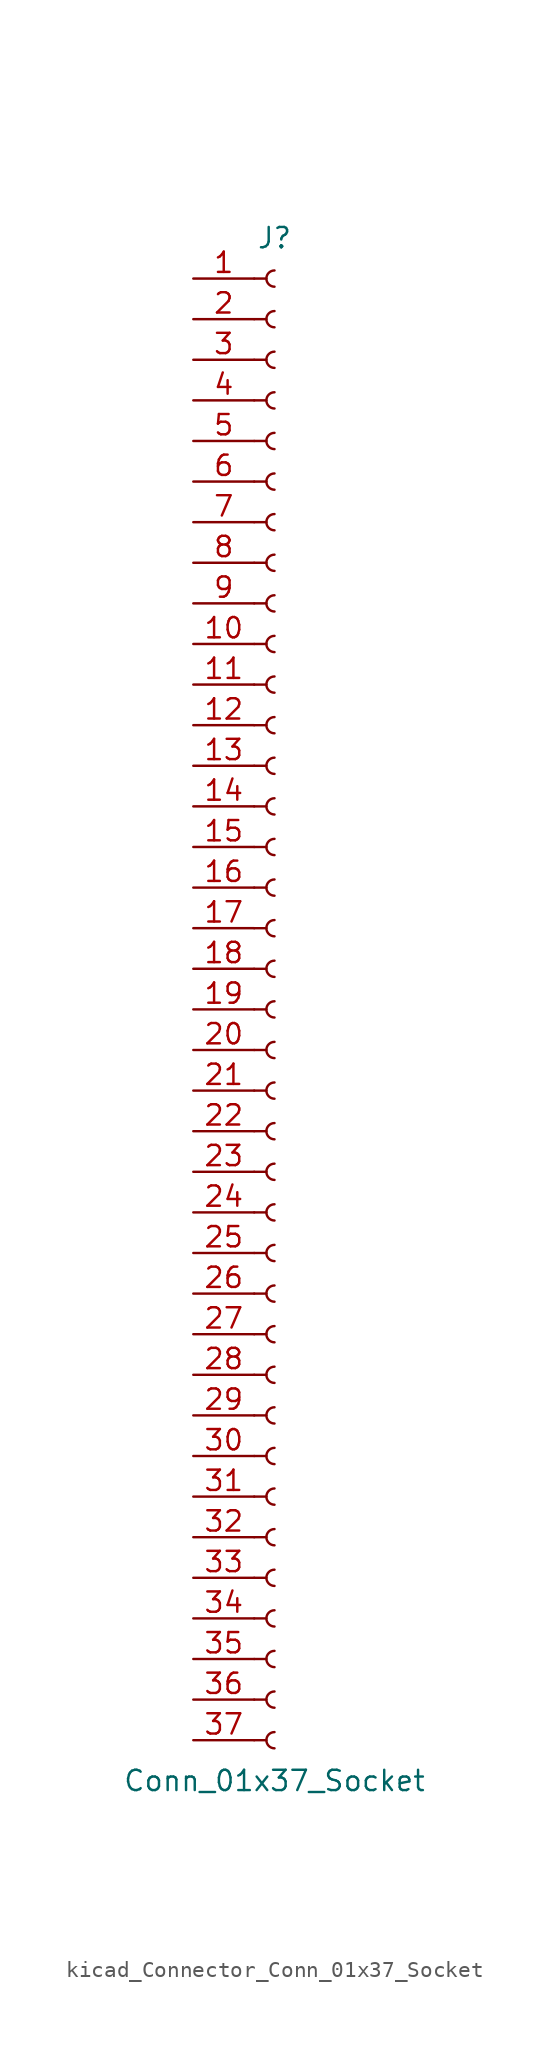
<source format=kicad_sym>
(kicad_symbol_lib
  (version 20220914)
  (generator kicad_symbol_editor)
  (symbol "kicad_Connector_Conn_01x37_Socket"
    (pin_names
      (offset 1.016) hide)
    (property "Reference" "J"
      (at 0 48.26 0)
      (effects (font (size 1.27 1.27))))
    (property "Value" "Conn_01x37_Socket"
      (at 0 -48.26 0)
      (effects (font (size 1.27 1.27))))
    (property "ki_locked" ""
      (at 0 0 0)
      (effects (font (size 1.27 1.27))))
    (symbol "kicad_Connector_Conn_01x37_Socket_1_1"
      (arc (start 0 -45.212) (mid -0.5058 -45.72) (end 0 -46.228) (stroke (width 0.1524) (type default)) (fill (type none)))
      (arc (start 0 -42.672) (mid -0.5058 -43.18) (end 0 -43.688) (stroke (width 0.1524) (type default)) (fill (type none)))
      (arc (start 0 -40.132) (mid -0.5058 -40.64) (end 0 -41.148) (stroke (width 0.1524) (type default)) (fill (type none)))
      (arc (start 0 -37.592) (mid -0.5058 -38.1) (end 0 -38.608) (stroke (width 0.1524) (type default)) (fill (type none)))
      (arc (start 0 -35.052) (mid -0.5058 -35.56) (end 0 -36.068) (stroke (width 0.1524) (type default)) (fill (type none)))
      (arc (start 0 -32.512) (mid -0.5058 -33.02) (end 0 -33.528) (stroke (width 0.1524) (type default)) (fill (type none)))
      (arc (start 0 -29.972) (mid -0.5058 -30.48) (end 0 -30.988) (stroke (width 0.1524) (type default)) (fill (type none)))
      (arc (start 0 -27.432) (mid -0.5058 -27.94) (end 0 -28.448) (stroke (width 0.1524) (type default)) (fill (type none)))
      (arc (start 0 -24.892) (mid -0.5058 -25.4) (end 0 -25.908) (stroke (width 0.1524) (type default)) (fill (type none)))
      (arc (start 0 -22.352) (mid -0.5058 -22.86) (end 0 -23.368) (stroke (width 0.1524) (type default)) (fill (type none)))
      (arc (start 0 -19.812) (mid -0.5058 -20.32) (end 0 -20.828) (stroke (width 0.1524) (type default)) (fill (type none)))
      (arc (start 0 -17.272) (mid -0.5058 -17.78) (end 0 -18.288) (stroke (width 0.1524) (type default)) (fill (type none)))
      (arc (start 0 -14.732) (mid -0.5058 -15.24) (end 0 -15.748) (stroke (width 0.1524) (type default)) (fill (type none)))
      (arc (start 0 -12.192) (mid -0.5058 -12.7) (end 0 -13.208) (stroke (width 0.1524) (type default)) (fill (type none)))
      (arc (start 0 -9.652) (mid -0.5058 -10.16) (end 0 -10.668) (stroke (width 0.1524) (type default)) (fill (type none)))
      (arc (start 0 -7.112) (mid -0.5058 -7.62) (end 0 -8.128) (stroke (width 0.1524) (type default)) (fill (type none)))
      (arc (start 0 -4.572) (mid -0.5058 -5.08) (end 0 -5.588) (stroke (width 0.1524) (type default)) (fill (type none)))
      (arc (start 0 -2.032) (mid -0.5058 -2.54) (end 0 -3.048) (stroke (width 0.1524) (type default)) (fill (type none)))
      (polyline (pts (xy -1.27 -45.72) (xy -0.508 -45.72)) (stroke (width 0.152) (type default)) (fill (type none)))
      (polyline (pts (xy -1.27 -43.18) (xy -0.508 -43.18)) (stroke (width 0.152) (type default)) (fill (type none)))
      (polyline (pts (xy -1.27 -40.64) (xy -0.508 -40.64)) (stroke (width 0.152) (type default)) (fill (type none)))
      (polyline (pts (xy -1.27 -38.1) (xy -0.508 -38.1)) (stroke (width 0.152) (type default)) (fill (type none)))
      (polyline (pts (xy -1.27 -35.56) (xy -0.508 -35.56)) (stroke (width 0.152) (type default)) (fill (type none)))
      (polyline (pts (xy -1.27 -33.02) (xy -0.508 -33.02)) (stroke (width 0.152) (type default)) (fill (type none)))
      (polyline (pts (xy -1.27 -30.48) (xy -0.508 -30.48)) (stroke (width 0.152) (type default)) (fill (type none)))
      (polyline (pts (xy -1.27 -27.94) (xy -0.508 -27.94)) (stroke (width 0.152) (type default)) (fill (type none)))
      (polyline (pts (xy -1.27 -25.4) (xy -0.508 -25.4)) (stroke (width 0.152) (type default)) (fill (type none)))
      (polyline (pts (xy -1.27 -22.86) (xy -0.508 -22.86)) (stroke (width 0.152) (type default)) (fill (type none)))
      (polyline (pts (xy -1.27 -20.32) (xy -0.508 -20.32)) (stroke (width 0.152) (type default)) (fill (type none)))
      (polyline (pts (xy -1.27 -17.78) (xy -0.508 -17.78)) (stroke (width 0.152) (type default)) (fill (type none)))
      (polyline (pts (xy -1.27 -15.24) (xy -0.508 -15.24)) (stroke (width 0.152) (type default)) (fill (type none)))
      (polyline (pts (xy -1.27 -12.7) (xy -0.508 -12.7)) (stroke (width 0.152) (type default)) (fill (type none)))
      (polyline (pts (xy -1.27 -10.16) (xy -0.508 -10.16)) (stroke (width 0.152) (type default)) (fill (type none)))
      (polyline (pts (xy -1.27 -7.62) (xy -0.508 -7.62)) (stroke (width 0.152) (type default)) (fill (type none)))
      (polyline (pts (xy -1.27 -5.08) (xy -0.508 -5.08)) (stroke (width 0.152) (type default)) (fill (type none)))
      (polyline (pts (xy -1.27 -2.54) (xy -0.508 -2.54)) (stroke (width 0.152) (type default)) (fill (type none)))
      (polyline (pts (xy -1.27 0) (xy -0.508 0)) (stroke (width 0.152) (type default)) (fill (type none)))
      (polyline (pts (xy -1.27 2.54) (xy -0.508 2.54)) (stroke (width 0.152) (type default)) (fill (type none)))
      (polyline (pts (xy -1.27 5.08) (xy -0.508 5.08)) (stroke (width 0.152) (type default)) (fill (type none)))
      (polyline (pts (xy -1.27 7.62) (xy -0.508 7.62)) (stroke (width 0.152) (type default)) (fill (type none)))
      (polyline (pts (xy -1.27 10.16) (xy -0.508 10.16)) (stroke (width 0.152) (type default)) (fill (type none)))
      (polyline (pts (xy -1.27 12.7) (xy -0.508 12.7)) (stroke (width 0.152) (type default)) (fill (type none)))
      (polyline (pts (xy -1.27 15.24) (xy -0.508 15.24)) (stroke (width 0.152) (type default)) (fill (type none)))
      (polyline (pts (xy -1.27 17.78) (xy -0.508 17.78)) (stroke (width 0.152) (type default)) (fill (type none)))
      (polyline (pts (xy -1.27 20.32) (xy -0.508 20.32)) (stroke (width 0.152) (type default)) (fill (type none)))
      (polyline (pts (xy -1.27 22.86) (xy -0.508 22.86)) (stroke (width 0.152) (type default)) (fill (type none)))
      (polyline (pts (xy -1.27 25.4) (xy -0.508 25.4)) (stroke (width 0.152) (type default)) (fill (type none)))
      (polyline (pts (xy -1.27 27.94) (xy -0.508 27.94)) (stroke (width 0.152) (type default)) (fill (type none)))
      (polyline (pts (xy -1.27 30.48) (xy -0.508 30.48)) (stroke (width 0.152) (type default)) (fill (type none)))
      (polyline (pts (xy -1.27 33.02) (xy -0.508 33.02)) (stroke (width 0.152) (type default)) (fill (type none)))
      (polyline (pts (xy -1.27 35.56) (xy -0.508 35.56)) (stroke (width 0.152) (type default)) (fill (type none)))
      (polyline (pts (xy -1.27 38.1) (xy -0.508 38.1)) (stroke (width 0.152) (type default)) (fill (type none)))
      (polyline (pts (xy -1.27 40.64) (xy -0.508 40.64)) (stroke (width 0.152) (type default)) (fill (type none)))
      (polyline (pts (xy -1.27 43.18) (xy -0.508 43.18)) (stroke (width 0.152) (type default)) (fill (type none)))
      (polyline (pts (xy -1.27 45.72) (xy -0.508 45.72)) (stroke (width 0.152) (type default)) (fill (type none)))
      (arc (start 0 0.508) (mid -0.5058 0) (end 0 -0.508) (stroke (width 0.1524) (type default)) (fill (type none)))
      (arc (start 0 3.048) (mid -0.5058 2.54) (end 0 2.032) (stroke (width 0.1524) (type default)) (fill (type none)))
      (arc (start 0 5.588) (mid -0.5058 5.08) (end 0 4.572) (stroke (width 0.1524) (type default)) (fill (type none)))
      (arc (start 0 8.128) (mid -0.5058 7.62) (end 0 7.112) (stroke (width 0.1524) (type default)) (fill (type none)))
      (arc (start 0 10.668) (mid -0.5058 10.16) (end 0 9.652) (stroke (width 0.1524) (type default)) (fill (type none)))
      (arc (start 0 13.208) (mid -0.5058 12.7) (end 0 12.192) (stroke (width 0.1524) (type default)) (fill (type none)))
      (arc (start 0 15.748) (mid -0.5058 15.24) (end 0 14.732) (stroke (width 0.1524) (type default)) (fill (type none)))
      (arc (start 0 18.288) (mid -0.5058 17.78) (end 0 17.272) (stroke (width 0.1524) (type default)) (fill (type none)))
      (arc (start 0 20.828) (mid -0.5058 20.32) (end 0 19.812) (stroke (width 0.1524) (type default)) (fill (type none)))
      (arc (start 0 23.368) (mid -0.5058 22.86) (end 0 22.352) (stroke (width 0.1524) (type default)) (fill (type none)))
      (arc (start 0 25.908) (mid -0.5058 25.4) (end 0 24.892) (stroke (width 0.1524) (type default)) (fill (type none)))
      (arc (start 0 28.448) (mid -0.5058 27.94) (end 0 27.432) (stroke (width 0.1524) (type default)) (fill (type none)))
      (arc (start 0 30.988) (mid -0.5058 30.48) (end 0 29.972) (stroke (width 0.1524) (type default)) (fill (type none)))
      (arc (start 0 33.528) (mid -0.5058 33.02) (end 0 32.512) (stroke (width 0.1524) (type default)) (fill (type none)))
      (arc (start 0 36.068) (mid -0.5058 35.56) (end 0 35.052) (stroke (width 0.1524) (type default)) (fill (type none)))
      (arc (start 0 38.608) (mid -0.5058 38.1) (end 0 37.592) (stroke (width 0.1524) (type default)) (fill (type none)))
      (arc (start 0 41.148) (mid -0.5058 40.64) (end 0 40.132) (stroke (width 0.1524) (type default)) (fill (type none)))
      (arc (start 0 43.688) (mid -0.5058 43.18) (end 0 42.672) (stroke (width 0.1524) (type default)) (fill (type none)))
      (arc (start 0 46.228) (mid -0.5058 45.72) (end 0 45.212) (stroke (width 0.1524) (type default)) (fill (type none)))
      (pin passive line (at -5.08 45.72 0) (length 3.81) (name "Pin_1" (effects (font (size 1.27 1.27)))) (number "1" (effects (font (size 1.27 1.27)))))
      (pin passive line (at -5.08 22.86 0) (length 3.81) (name "Pin_10" (effects (font (size 1.27 1.27)))) (number "10" (effects (font (size 1.27 1.27)))))
      (pin passive line (at -5.08 20.32 0) (length 3.81) (name "Pin_11" (effects (font (size 1.27 1.27)))) (number "11" (effects (font (size 1.27 1.27)))))
      (pin passive line (at -5.08 17.78 0) (length 3.81) (name "Pin_12" (effects (font (size 1.27 1.27)))) (number "12" (effects (font (size 1.27 1.27)))))
      (pin passive line (at -5.08 15.24 0) (length 3.81) (name "Pin_13" (effects (font (size 1.27 1.27)))) (number "13" (effects (font (size 1.27 1.27)))))
      (pin passive line (at -5.08 12.7 0) (length 3.81) (name "Pin_14" (effects (font (size 1.27 1.27)))) (number "14" (effects (font (size 1.27 1.27)))))
      (pin passive line (at -5.08 10.16 0) (length 3.81) (name "Pin_15" (effects (font (size 1.27 1.27)))) (number "15" (effects (font (size 1.27 1.27)))))
      (pin passive line (at -5.08 7.62 0) (length 3.81) (name "Pin_16" (effects (font (size 1.27 1.27)))) (number "16" (effects (font (size 1.27 1.27)))))
      (pin passive line (at -5.08 5.08 0) (length 3.81) (name "Pin_17" (effects (font (size 1.27 1.27)))) (number "17" (effects (font (size 1.27 1.27)))))
      (pin passive line (at -5.08 2.54 0) (length 3.81) (name "Pin_18" (effects (font (size 1.27 1.27)))) (number "18" (effects (font (size 1.27 1.27)))))
      (pin passive line (at -5.08 0 0) (length 3.81) (name "Pin_19" (effects (font (size 1.27 1.27)))) (number "19" (effects (font (size 1.27 1.27)))))
      (pin passive line (at -5.08 43.18 0) (length 3.81) (name "Pin_2" (effects (font (size 1.27 1.27)))) (number "2" (effects (font (size 1.27 1.27)))))
      (pin passive line (at -5.08 -2.54 0) (length 3.81) (name "Pin_20" (effects (font (size 1.27 1.27)))) (number "20" (effects (font (size 1.27 1.27)))))
      (pin passive line (at -5.08 -5.08 0) (length 3.81) (name "Pin_21" (effects (font (size 1.27 1.27)))) (number "21" (effects (font (size 1.27 1.27)))))
      (pin passive line (at -5.08 -7.62 0) (length 3.81) (name "Pin_22" (effects (font (size 1.27 1.27)))) (number "22" (effects (font (size 1.27 1.27)))))
      (pin passive line (at -5.08 -10.16 0) (length 3.81) (name "Pin_23" (effects (font (size 1.27 1.27)))) (number "23" (effects (font (size 1.27 1.27)))))
      (pin passive line (at -5.08 -12.7 0) (length 3.81) (name "Pin_24" (effects (font (size 1.27 1.27)))) (number "24" (effects (font (size 1.27 1.27)))))
      (pin passive line (at -5.08 -15.24 0) (length 3.81) (name "Pin_25" (effects (font (size 1.27 1.27)))) (number "25" (effects (font (size 1.27 1.27)))))
      (pin passive line (at -5.08 -17.78 0) (length 3.81) (name "Pin_26" (effects (font (size 1.27 1.27)))) (number "26" (effects (font (size 1.27 1.27)))))
      (pin passive line (at -5.08 -20.32 0) (length 3.81) (name "Pin_27" (effects (font (size 1.27 1.27)))) (number "27" (effects (font (size 1.27 1.27)))))
      (pin passive line (at -5.08 -22.86 0) (length 3.81) (name "Pin_28" (effects (font (size 1.27 1.27)))) (number "28" (effects (font (size 1.27 1.27)))))
      (pin passive line (at -5.08 -25.4 0) (length 3.81) (name "Pin_29" (effects (font (size 1.27 1.27)))) (number "29" (effects (font (size 1.27 1.27)))))
      (pin passive line (at -5.08 40.64 0) (length 3.81) (name "Pin_3" (effects (font (size 1.27 1.27)))) (number "3" (effects (font (size 1.27 1.27)))))
      (pin passive line (at -5.08 -27.94 0) (length 3.81) (name "Pin_30" (effects (font (size 1.27 1.27)))) (number "30" (effects (font (size 1.27 1.27)))))
      (pin passive line (at -5.08 -30.48 0) (length 3.81) (name "Pin_31" (effects (font (size 1.27 1.27)))) (number "31" (effects (font (size 1.27 1.27)))))
      (pin passive line (at -5.08 -33.02 0) (length 3.81) (name "Pin_32" (effects (font (size 1.27 1.27)))) (number "32" (effects (font (size 1.27 1.27)))))
      (pin passive line (at -5.08 -35.56 0) (length 3.81) (name "Pin_33" (effects (font (size 1.27 1.27)))) (number "33" (effects (font (size 1.27 1.27)))))
      (pin passive line (at -5.08 -38.1 0) (length 3.81) (name "Pin_34" (effects (font (size 1.27 1.27)))) (number "34" (effects (font (size 1.27 1.27)))))
      (pin passive line (at -5.08 -40.64 0) (length 3.81) (name "Pin_35" (effects (font (size 1.27 1.27)))) (number "35" (effects (font (size 1.27 1.27)))))
      (pin passive line (at -5.08 -43.18 0) (length 3.81) (name "Pin_36" (effects (font (size 1.27 1.27)))) (number "36" (effects (font (size 1.27 1.27)))))
      (pin passive line (at -5.08 -45.72 0) (length 3.81) (name "Pin_37" (effects (font (size 1.27 1.27)))) (number "37" (effects (font (size 1.27 1.27)))))
      (pin passive line (at -5.08 38.1 0) (length 3.81) (name "Pin_4" (effects (font (size 1.27 1.27)))) (number "4" (effects (font (size 1.27 1.27)))))
      (pin passive line (at -5.08 35.56 0) (length 3.81) (name "Pin_5" (effects (font (size 1.27 1.27)))) (number "5" (effects (font (size 1.27 1.27)))))
      (pin passive line (at -5.08 33.02 0) (length 3.81) (name "Pin_6" (effects (font (size 1.27 1.27)))) (number "6" (effects (font (size 1.27 1.27)))))
      (pin passive line (at -5.08 30.48 0) (length 3.81) (name "Pin_7" (effects (font (size 1.27 1.27)))) (number "7" (effects (font (size 1.27 1.27)))))
      (pin passive line (at -5.08 27.94 0) (length 3.81) (name "Pin_8" (effects (font (size 1.27 1.27)))) (number "8" (effects (font (size 1.27 1.27)))))
      (pin passive line (at -5.08 25.4 0) (length 3.81) (name "Pin_9" (effects (font (size 1.27 1.27)))) (number "9" (effects (font (size 1.27 1.27))))))))
</source>
